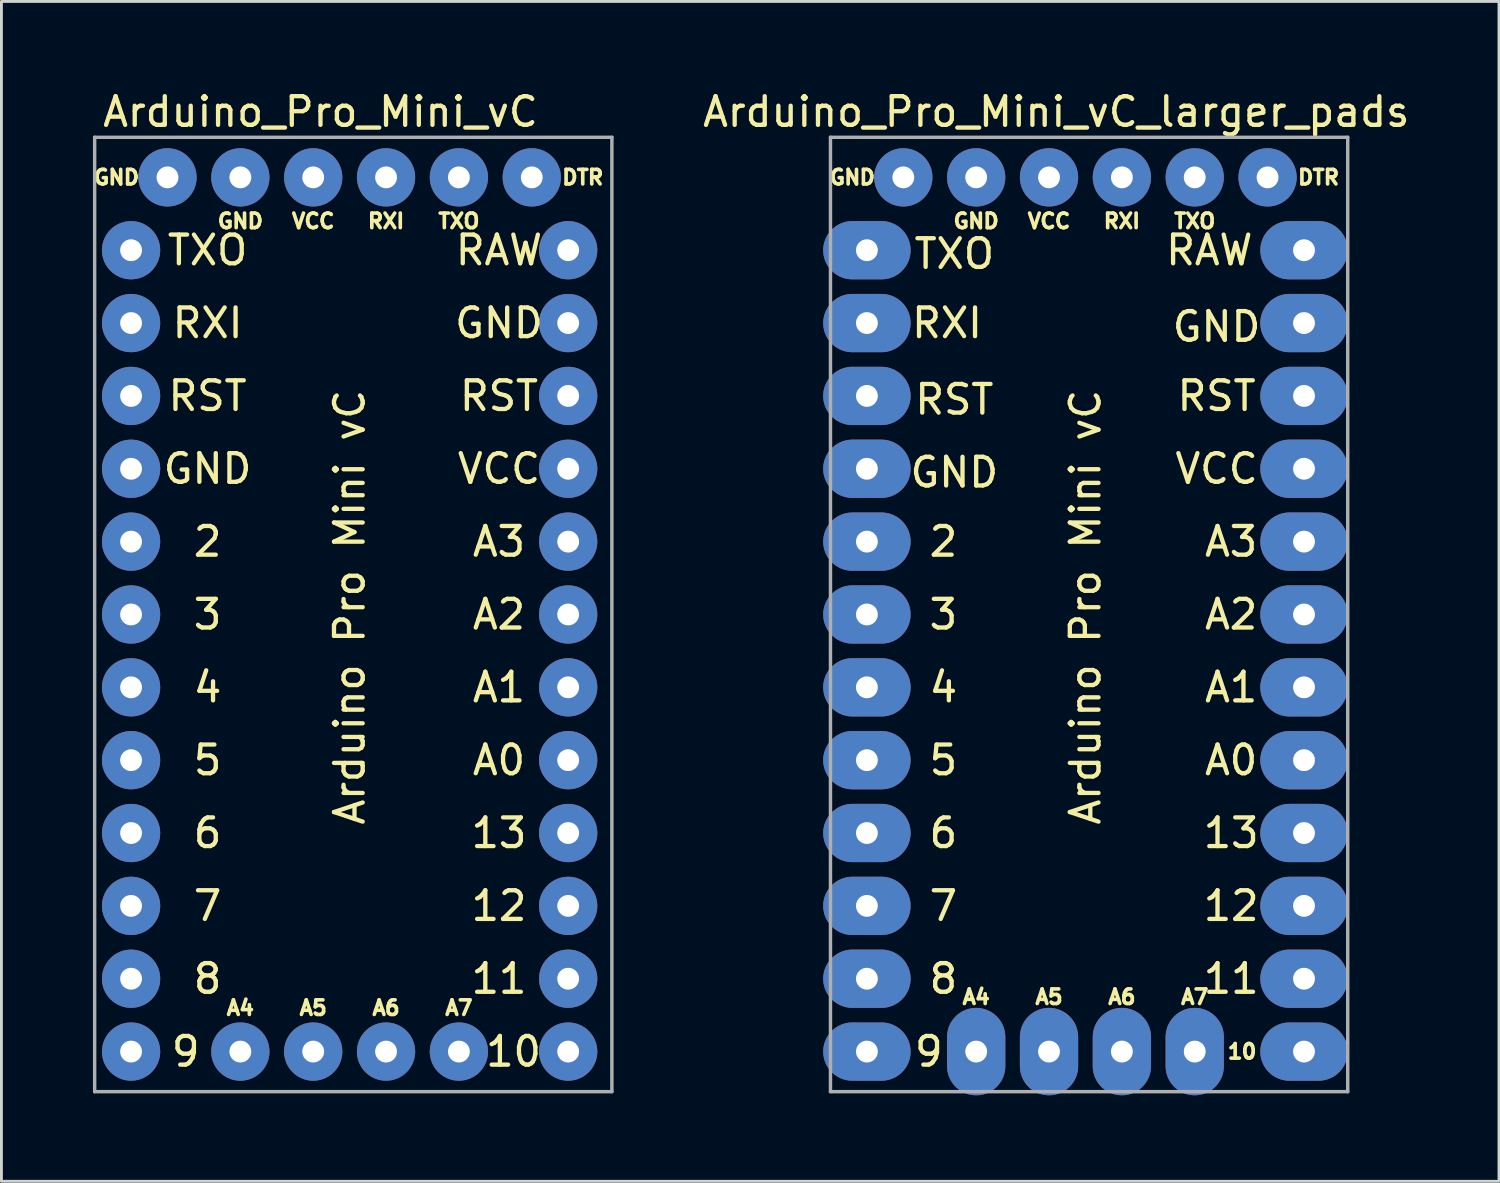
<source format=kicad_pcb>
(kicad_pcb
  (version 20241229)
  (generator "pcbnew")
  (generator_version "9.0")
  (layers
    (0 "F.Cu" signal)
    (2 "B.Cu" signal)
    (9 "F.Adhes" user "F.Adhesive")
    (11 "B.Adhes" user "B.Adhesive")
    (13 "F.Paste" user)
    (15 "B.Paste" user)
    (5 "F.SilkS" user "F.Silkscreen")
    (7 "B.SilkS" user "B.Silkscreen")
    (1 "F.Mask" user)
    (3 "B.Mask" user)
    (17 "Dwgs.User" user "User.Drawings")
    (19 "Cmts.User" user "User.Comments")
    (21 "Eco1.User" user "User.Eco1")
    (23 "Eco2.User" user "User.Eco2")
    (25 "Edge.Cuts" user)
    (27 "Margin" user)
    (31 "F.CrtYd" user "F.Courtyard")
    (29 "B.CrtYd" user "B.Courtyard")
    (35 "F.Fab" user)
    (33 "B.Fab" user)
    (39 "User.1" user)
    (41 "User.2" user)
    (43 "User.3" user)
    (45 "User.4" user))
  (footprint "Arduino_Pro_Mini_vC"
    (layer "F.Cu")
    (at 0.25 1.737)
    (property "Reference" "Arduino_Pro_Mini_vC" (at 7.874 -0.889 0) (layer "F.SilkS") (effects (font (size 1 1) (thickness 0.15))))
    (attr through_hole)
    (fp_line (start 0 0) (end 18.034 0) (stroke (width 0.12) (type solid)) (layer "F.Fab"))
    (fp_line (start 0 33.274) (end 0 0) (stroke (width 0.12) (type solid)) (layer "F.Fab"))
    (fp_line (start 18.034 0) (end 18.034 33.274) (stroke (width 0.12) (type solid)) (layer "F.Fab"))
    (fp_line (start 18.034 33.274) (end 0 33.274) (stroke (width 0.12) (type solid)) (layer "F.Fab"))
    (fp_text user "RST" (at 14.097 9.017 0) (layer "F.SilkS") (effects (font (size 1 1) (thickness 0.15))))
    (fp_text user "A5" (at 7.62 30.353 0) (layer "F.SilkS") (effects (font (size 0.508 0.508) (thickness 0.127))))
    (fp_text user "A2" (at 14.097 16.637 0) (layer "F.SilkS") (effects (font (size 1 1) (thickness 0.15))))
    (fp_text user "9" (at 3.175 31.877 0) (layer "F.SilkS") (effects (font (size 1 1) (thickness 0.15))))
    (fp_text user "GND" (at 5.08 2.921 0) (layer "F.SilkS") (effects (font (size 0.508 0.508) (thickness 0.127))))
    (fp_text user "A3" (at 14.097 14.097 0) (layer "F.SilkS") (effects (font (size 1 1) (thickness 0.15))))
    (fp_text user "5" (at 3.937 21.717 0) (layer "F.SilkS") (effects (font (size 1 1) (thickness 0.15))))
    (fp_text user "DTR" (at 17.018 1.397 0) (layer "F.SilkS") (effects (font (size 0.508 0.508) (thickness 0.127))))
    (fp_text user "10" (at 14.605 31.877 0) (layer "F.SilkS") (effects (font (size 1 1) (thickness 0.15))))
    (fp_text user "12" (at 14.097 26.797 0) (layer "F.SilkS") (effects (font (size 1 1) (thickness 0.15))))
    (fp_text user "A0" (at 14.097 21.717 0) (layer "F.SilkS") (effects (font (size 1 1) (thickness 0.15))))
    (fp_text user "GND" (at 0.762 1.397 0) (layer "F.SilkS") (effects (font (size 0.508 0.508) (thickness 0.127))))
    (fp_text user "VCC" (at 14.097 11.557 0) (layer "F.SilkS") (effects (font (size 1 1) (thickness 0.15))))
    (fp_text user "GND" (at 14.097 6.477 0) (layer "F.SilkS") (effects (font (size 1 1) (thickness 0.15))))
    (fp_text user "RXI" (at 10.16 2.921 0) (layer "F.SilkS") (effects (font (size 0.508 0.508) (thickness 0.127))))
    (fp_text user "4" (at 3.937 19.177 0) (layer "F.SilkS") (effects (font (size 1 1) (thickness 0.15))))
    (fp_text user "2" (at 3.937 14.097 0) (layer "F.SilkS") (effects (font (size 1 1) (thickness 0.15))))
    (fp_text user "VCC" (at 7.62 2.921 0) (layer "F.SilkS") (effects (font (size 0.508 0.508) (thickness 0.127))))
    (fp_text user "A4" (at 5.08 30.353 0) (layer "F.SilkS") (effects (font (size 0.508 0.508) (thickness 0.127))))
    (fp_text user "7" (at 3.937 26.797 0) (layer "F.SilkS") (effects (font (size 1 1) (thickness 0.15))))
    (fp_text user "RST" (at 3.937 9.017 0) (layer "F.SilkS") (effects (font (size 1 1) (thickness 0.15))))
    (fp_text user "GND" (at 3.937 11.557 0) (layer "F.SilkS") (effects (font (size 1 1) (thickness 0.15))))
    (fp_text user "6" (at 3.937 24.257 0) (layer "F.SilkS") (effects (font (size 1 1) (thickness 0.15))))
    (fp_text user "TXO" (at 12.7 2.921 0) (layer "F.SilkS") (effects (font (size 0.508 0.508) (thickness 0.127))))
    (fp_text user "3" (at 3.937 16.637 0) (layer "F.SilkS") (effects (font (size 1 1) (thickness 0.15))))
    (fp_text user "RAW" (at 14.097 3.937 0) (layer "F.SilkS") (effects (font (size 1 1) (thickness 0.15))))
    (fp_text user "A6" (at 10.16 30.353 0) (layer "F.SilkS") (effects (font (size 0.508 0.508) (thickness 0.127))))
    (fp_text user "8" (at 3.937 29.337 0) (layer "F.SilkS") (effects (font (size 1 1) (thickness 0.15))))
    (fp_text user "A7" (at 12.7 30.353 0) (layer "F.SilkS") (effects (font (size 0.508 0.508) (thickness 0.127))))
    (fp_text user "RXI" (at 3.937 6.477 0) (layer "F.SilkS") (effects (font (size 1 1) (thickness 0.15))))
    (fp_text user "13" (at 14.097 24.257 0) (layer "F.SilkS") (effects (font (size 1 1) (thickness 0.15))))
    (fp_text user "TXO" (at 3.937 3.937 0) (layer "F.SilkS") (effects (font (size 1 1) (thickness 0.15))))
    (fp_text user "Arduino Pro Mini vC" (at 8.89 16.383 270) (layer "F.SilkS") (effects (font (size 1 1) (thickness 0.15))))
    (fp_text user "A1" (at 14.097 19.177 0) (layer "F.SilkS") (effects (font (size 1 1) (thickness 0.15))))
    (fp_text user "11" (at 14.097 29.337 0) (layer "F.SilkS") (effects (font (size 1 1) (thickness 0.15))))
    (pad "1" thru_hole oval (at 1.27 3.937) (size 2.032 2.032) (drill 0.762) (layers "*.Cu" "*.Mask"))
    (pad "2" thru_hole oval (at 1.27 6.477) (size 2.032 2.032) (drill 0.762) (layers "*.Cu" "*.Mask"))
    (pad "3" thru_hole oval (at 1.27 9.017) (size 2.032 2.032) (drill 0.762) (layers "*.Cu" "*.Mask"))
    (pad "4" thru_hole oval (at 1.27 11.557) (size 2.032 2.032) (drill 0.762) (layers "*.Cu" "*.Mask"))
    (pad "5" thru_hole oval (at 1.27 14.097) (size 2.032 2.032) (drill 0.762) (layers "*.Cu" "*.Mask"))
    (pad "6" thru_hole oval (at 1.27 16.637) (size 2.032 2.032) (drill 0.762) (layers "*.Cu" "*.Mask"))
    (pad "7" thru_hole oval (at 1.27 19.177) (size 2.032 2.032) (drill 0.762) (layers "*.Cu" "*.Mask"))
    (pad "8" thru_hole oval (at 1.27 21.717) (size 2.032 2.032) (drill 0.762) (layers "*.Cu" "*.Mask"))
    (pad "9" thru_hole oval (at 1.27 24.257) (size 2.032 2.032) (drill 0.762) (layers "*.Cu" "*.Mask"))
    (pad "10" thru_hole oval (at 1.27 26.797) (size 2.032 2.032) (drill 0.762) (layers "*.Cu" "*.Mask"))
    (pad "11" thru_hole oval (at 1.27 29.337) (size 2.032 2.032) (drill 0.762) (layers "*.Cu" "*.Mask"))
    (pad "12" thru_hole oval (at 1.27 31.877) (size 2.032 2.032) (drill 0.762) (layers "*.Cu" "*.Mask"))
    (pad "13" thru_hole oval (at 16.51 3.937) (size 2.032 2.032) (drill 0.762) (layers "*.Cu" "*.Mask"))
    (pad "14" thru_hole oval (at 16.51 6.477) (size 2.032 2.032) (drill 0.762) (layers "*.Cu" "*.Mask"))
    (pad "15" thru_hole oval (at 16.51 9.017) (size 2.032 2.032) (drill 0.762) (layers "*.Cu" "*.Mask"))
    (pad "16" thru_hole oval (at 16.51 11.557) (size 2.032 2.032) (drill 0.762) (layers "*.Cu" "*.Mask"))
    (pad "17" thru_hole oval (at 16.51 14.097) (size 2.032 2.032) (drill 0.762) (layers "*.Cu" "*.Mask"))
    (pad "18" thru_hole oval (at 16.51 16.637) (size 2.032 2.032) (drill 0.762) (layers "*.Cu" "*.Mask"))
    (pad "19" thru_hole oval (at 16.51 19.177) (size 2.032 2.032) (drill 0.762) (layers "*.Cu" "*.Mask"))
    (pad "20" thru_hole oval (at 16.51 21.717) (size 2.032 2.032) (drill 0.762) (layers "*.Cu" "*.Mask"))
    (pad "21" thru_hole oval (at 16.51 24.257) (size 2.032 2.032) (drill 0.762) (layers "*.Cu" "*.Mask"))
    (pad "22" thru_hole oval (at 16.51 26.797) (size 2.032 2.032) (drill 0.762) (layers "*.Cu" "*.Mask"))
    (pad "23" thru_hole oval (at 16.51 29.337) (size 2.032 2.032) (drill 0.762) (layers "*.Cu" "*.Mask"))
    (pad "24" thru_hole oval (at 16.51 31.877) (size 2.032 2.032) (drill 0.762) (layers "*.Cu" "*.Mask"))
    (pad "25" thru_hole oval (at 5.08 31.877) (size 2.032 2.032) (drill 0.762) (layers "*.Cu" "*.Mask"))
    (pad "26" thru_hole oval (at 7.62 31.877) (size 2.032 2.032) (drill 0.762) (layers "*.Cu" "*.Mask"))
    (pad "27" thru_hole oval (at 10.16 31.877) (size 2.032 2.032) (drill 0.762) (layers "*.Cu" "*.Mask"))
    (pad "28" thru_hole oval (at 12.7 31.877) (size 2.032 2.032) (drill 0.762) (layers "*.Cu" "*.Mask"))
    (pad "29" thru_hole oval (at 2.54 1.397) (size 2.032 2.032) (drill 0.762) (layers "*.Cu" "*.Mask"))
    (pad "30" thru_hole oval (at 5.08 1.397) (size 2.032 2.032) (drill 0.762) (layers "*.Cu" "*.Mask"))
    (pad "31" thru_hole oval (at 7.62 1.397) (size 2.032 2.032) (drill 0.762) (layers "*.Cu" "*.Mask"))
    (pad "32" thru_hole oval (at 10.16 1.397) (size 2.032 2.032) (drill 0.762) (layers "*.Cu" "*.Mask"))
    (pad "33" thru_hole oval (at 12.7 1.397) (size 2.032 2.032) (drill 0.762) (layers "*.Cu" "*.Mask"))
    (pad "34" thru_hole oval (at 15.24 1.397) (size 2.032 2.032) (drill 0.762) (layers "*.Cu" "*.Mask")))
  (footprint "Arduino_Pro_Mini_vC_larger_pads"
    (layer "F.Cu")
    (at 25.905 1.737)
    (property "Reference" "Arduino_Pro_Mini_vC_larger_pads" (at 7.874 -0.889 0) (layer "F.SilkS") (effects (font (size 1 1) (thickness 0.15))))
    (attr through_hole)
    (fp_line (start 0 0) (end 18.034 0) (stroke (width 0.12) (type solid)) (layer "F.Fab"))
    (fp_line (start 0 33.274) (end 0 0) (stroke (width 0.12) (type solid)) (layer "F.Fab"))
    (fp_line (start 18.034 0) (end 18.034 33.274) (stroke (width 0.12) (type solid)) (layer "F.Fab"))
    (fp_line (start 18.034 33.274) (end 0 33.274) (stroke (width 0.12) (type solid)) (layer "F.Fab"))
    (fp_text user "TXO" (at 12.7 2.921 0) (layer "F.SilkS") (effects (font (size 0.508 0.508) (thickness 0.127))))
    (fp_text user "3" (at 3.937 16.637 0) (layer "F.SilkS") (effects (font (size 1 1) (thickness 0.15))))
    (fp_text user "DTR" (at 17.018 1.397 0) (layer "F.SilkS") (effects (font (size 0.508 0.508) (thickness 0.127))))
    (fp_text user "A3" (at 13.97 14.097 0) (layer "F.SilkS") (effects (font (size 1 1) (thickness 0.15))))
    (fp_text user "9" (at 3.429 31.877 0) (layer "F.SilkS") (effects (font (size 1 1) (thickness 0.15))))
    (fp_text user "Arduino Pro Mini vC" (at 8.89 16.383 270) (layer "F.SilkS") (effects (font (size 1 1) (thickness 0.15))))
    (fp_text user "RXI" (at 10.16 2.921 0) (layer "F.SilkS") (effects (font (size 0.508 0.508) (thickness 0.127))))
    (fp_text user "GND" (at 0.762 1.397 0) (layer "F.SilkS") (effects (font (size 0.508 0.508) (thickness 0.127))))
    (fp_text user "A7" (at 12.7 29.972 0) (layer "F.SilkS") (effects (font (size 0.508 0.508) (thickness 0.127))))
    (fp_text user "11" (at 13.97 29.337 0) (layer "F.SilkS") (effects (font (size 1 1) (thickness 0.15))))
    (fp_text user "2" (at 3.937 14.097 0) (layer "F.SilkS") (effects (font (size 1 1) (thickness 0.15))))
    (fp_text user "GND" (at 4.318 11.684 0) (layer "F.SilkS") (effects (font (size 1 1) (thickness 0.15))))
    (fp_text user "A5" (at 7.62 29.972 0) (layer "F.SilkS") (effects (font (size 0.508 0.508) (thickness 0.127))))
    (fp_text user "RXI" (at 4.064 6.477 0) (layer "F.SilkS") (effects (font (size 1 1) (thickness 0.15))))
    (fp_text user "6" (at 3.937 24.257 0) (layer "F.SilkS") (effects (font (size 1 1) (thickness 0.15))))
    (fp_text user "A1" (at 13.97 19.177 0) (layer "F.SilkS") (effects (font (size 1 1) (thickness 0.15))))
    (fp_text user "VCC" (at 13.462 11.557 0) (layer "F.SilkS") (effects (font (size 1 1) (thickness 0.15))))
    (fp_text user "GND" (at 13.462 6.604 0) (layer "F.SilkS") (effects (font (size 1 1) (thickness 0.15))))
    (fp_text user "VCC" (at 7.62 2.921 0) (layer "F.SilkS") (effects (font (size 0.508 0.508) (thickness 0.127))))
    (fp_text user "TXO" (at 4.318 4.064 0) (layer "F.SilkS") (effects (font (size 1 1) (thickness 0.15))))
    (fp_text user "10" (at 14.351 31.877 0) (layer "F.SilkS") (effects (font (size 0.508 0.508) (thickness 0.127))))
    (fp_text user "A4" (at 5.08 29.972 0) (layer "F.SilkS") (effects (font (size 0.508 0.508) (thickness 0.127))))
    (fp_text user "7" (at 3.937 26.797 0) (layer "F.SilkS") (effects (font (size 1 1) (thickness 0.15))))
    (fp_text user "12" (at 13.97 26.797 0) (layer "F.SilkS") (effects (font (size 1 1) (thickness 0.15))))
    (fp_text user "GND" (at 5.08 2.921 0) (layer "F.SilkS") (effects (font (size 0.508 0.508) (thickness 0.127))))
    (fp_text user "A0" (at 13.97 21.717 0) (layer "F.SilkS") (effects (font (size 1 1) (thickness 0.15))))
    (fp_text user "RST" (at 4.318 9.144 0) (layer "F.SilkS") (effects (font (size 1 1) (thickness 0.15))))
    (fp_text user "RAW" (at 13.208 3.937 0) (layer "F.SilkS") (effects (font (size 1 1) (thickness 0.15))))
    (fp_text user "5" (at 3.937 21.717 0) (layer "F.SilkS") (effects (font (size 1 1) (thickness 0.15))))
    (fp_text user "13" (at 13.97 24.257 0) (layer "F.SilkS") (effects (font (size 1 1) (thickness 0.15))))
    (fp_text user "8" (at 3.937 29.337 0) (layer "F.SilkS") (effects (font (size 1 1) (thickness 0.15))))
    (fp_text user "A2" (at 13.97 16.637 0) (layer "F.SilkS") (effects (font (size 1 1) (thickness 0.15))))
    (fp_text user "RST" (at 13.462 9.017 0) (layer "F.SilkS") (effects (font (size 1 1) (thickness 0.15))))
    (fp_text user "4" (at 3.937 19.177 0) (layer "F.SilkS") (effects (font (size 1 1) (thickness 0.15))))
    (fp_text user "A6" (at 10.16 29.972 0) (layer "F.SilkS") (effects (font (size 0.508 0.508) (thickness 0.127))))
    (pad "1" thru_hole oval (at 1.27 3.937) (size 3.048 2.032) (drill 0.762) (layers "*.Cu" "*.Mask"))
    (pad "2" thru_hole oval (at 1.27 6.477) (size 3.048 2.032) (drill 0.762) (layers "*.Cu" "*.Mask"))
    (pad "3" thru_hole oval (at 1.27 9.017) (size 3.048 2.032) (drill 0.762) (layers "*.Cu" "*.Mask"))
    (pad "4" thru_hole oval (at 1.27 11.557) (size 3.048 2.032) (drill 0.762) (layers "*.Cu" "*.Mask"))
    (pad "5" thru_hole oval (at 1.27 14.097) (size 3.048 2.032) (drill 0.762) (layers "*.Cu" "*.Mask"))
    (pad "6" thru_hole oval (at 1.27 16.637) (size 3.048 2.032) (drill 0.762) (layers "*.Cu" "*.Mask"))
    (pad "7" thru_hole oval (at 1.27 19.177) (size 3.048 2.032) (drill 0.762) (layers "*.Cu" "*.Mask"))
    (pad "8" thru_hole oval (at 1.27 21.717) (size 3.048 2.032) (drill 0.762) (layers "*.Cu" "*.Mask"))
    (pad "9" thru_hole oval (at 1.27 24.257) (size 3.048 2.032) (drill 0.762) (layers "*.Cu" "*.Mask"))
    (pad "10" thru_hole oval (at 1.27 26.797) (size 3.048 2.032) (drill 0.762) (layers "*.Cu" "*.Mask"))
    (pad "11" thru_hole oval (at 1.27 29.337) (size 3.048 2.032) (drill 0.762) (layers "*.Cu" "*.Mask"))
    (pad "12" thru_hole oval (at 1.27 31.877) (size 3.048 2.032) (drill 0.762) (layers "*.Cu" "*.Mask"))
    (pad "13" thru_hole oval (at 16.51 3.937) (size 3.048 2.032) (drill 0.762) (layers "*.Cu" "*.Mask"))
    (pad "14" thru_hole oval (at 16.51 6.477) (size 3.048 2.032) (drill 0.762) (layers "*.Cu" "*.Mask"))
    (pad "15" thru_hole oval (at 16.51 9.017) (size 3.048 2.032) (drill 0.762) (layers "*.Cu" "*.Mask"))
    (pad "16" thru_hole oval (at 16.51 11.557) (size 3.048 2.032) (drill 0.762) (layers "*.Cu" "*.Mask"))
    (pad "17" thru_hole oval (at 16.51 14.097) (size 3.048 2.032) (drill 0.762) (layers "*.Cu" "*.Mask"))
    (pad "18" thru_hole oval (at 16.51 16.637) (size 3.048 2.032) (drill 0.762) (layers "*.Cu" "*.Mask"))
    (pad "19" thru_hole oval (at 16.51 19.177) (size 3.048 2.032) (drill 0.762) (layers "*.Cu" "*.Mask"))
    (pad "20" thru_hole oval (at 16.51 21.717) (size 3.048 2.032) (drill 0.762) (layers "*.Cu" "*.Mask"))
    (pad "21" thru_hole oval (at 16.51 24.257) (size 3.048 2.032) (drill 0.762) (layers "*.Cu" "*.Mask"))
    (pad "22" thru_hole oval (at 16.51 26.797) (size 3.048 2.032) (drill 0.762) (layers "*.Cu" "*.Mask"))
    (pad "23" thru_hole oval (at 16.51 29.337) (size 3.048 2.032) (drill 0.762) (layers "*.Cu" "*.Mask"))
    (pad "24" thru_hole oval (at 16.51 31.877) (size 3.048 2.032) (drill 0.762) (layers "*.Cu" "*.Mask"))
    (pad "25" thru_hole oval (at 5.08 31.877) (size 2.032 3.048) (drill 0.762) (layers "*.Cu" "*.Mask"))
    (pad "26" thru_hole oval (at 7.62 31.877) (size 2.032 3.048) (drill 0.762) (layers "*.Cu" "*.Mask"))
    (pad "27" thru_hole oval (at 10.16 31.877) (size 2.032 3.048) (drill 0.762) (layers "*.Cu" "*.Mask"))
    (pad "28" thru_hole oval (at 12.7 31.877) (size 2.032 3.048) (drill 0.762) (layers "*.Cu" "*.Mask"))
    (pad "29" thru_hole oval (at 2.54 1.397) (size 2.032 2.032) (drill 0.762) (layers "*.Cu" "*.Mask"))
    (pad "30" thru_hole oval (at 5.08 1.397) (size 2.032 2.032) (drill 0.762) (layers "*.Cu" "*.Mask"))
    (pad "31" thru_hole oval (at 7.62 1.397) (size 2.032 2.032) (drill 0.762) (layers "*.Cu" "*.Mask"))
    (pad "32" thru_hole oval (at 10.16 1.397) (size 2.032 2.032) (drill 0.762) (layers "*.Cu" "*.Mask"))
    (pad "33" thru_hole oval (at 12.7 1.397) (size 2.032 2.032) (drill 0.762) (layers "*.Cu" "*.Mask"))
    (pad "34" thru_hole oval (at 15.24 1.397) (size 2.032 2.032) (drill 0.762) (layers "*.Cu" "*.Mask")))
  (gr_rect
    (start -3 -3)
    (end 49.213 38.138)
    (stroke (width 0.1) (type default))
    (fill no)
    (layer "Edge.Cuts")))
</source>
